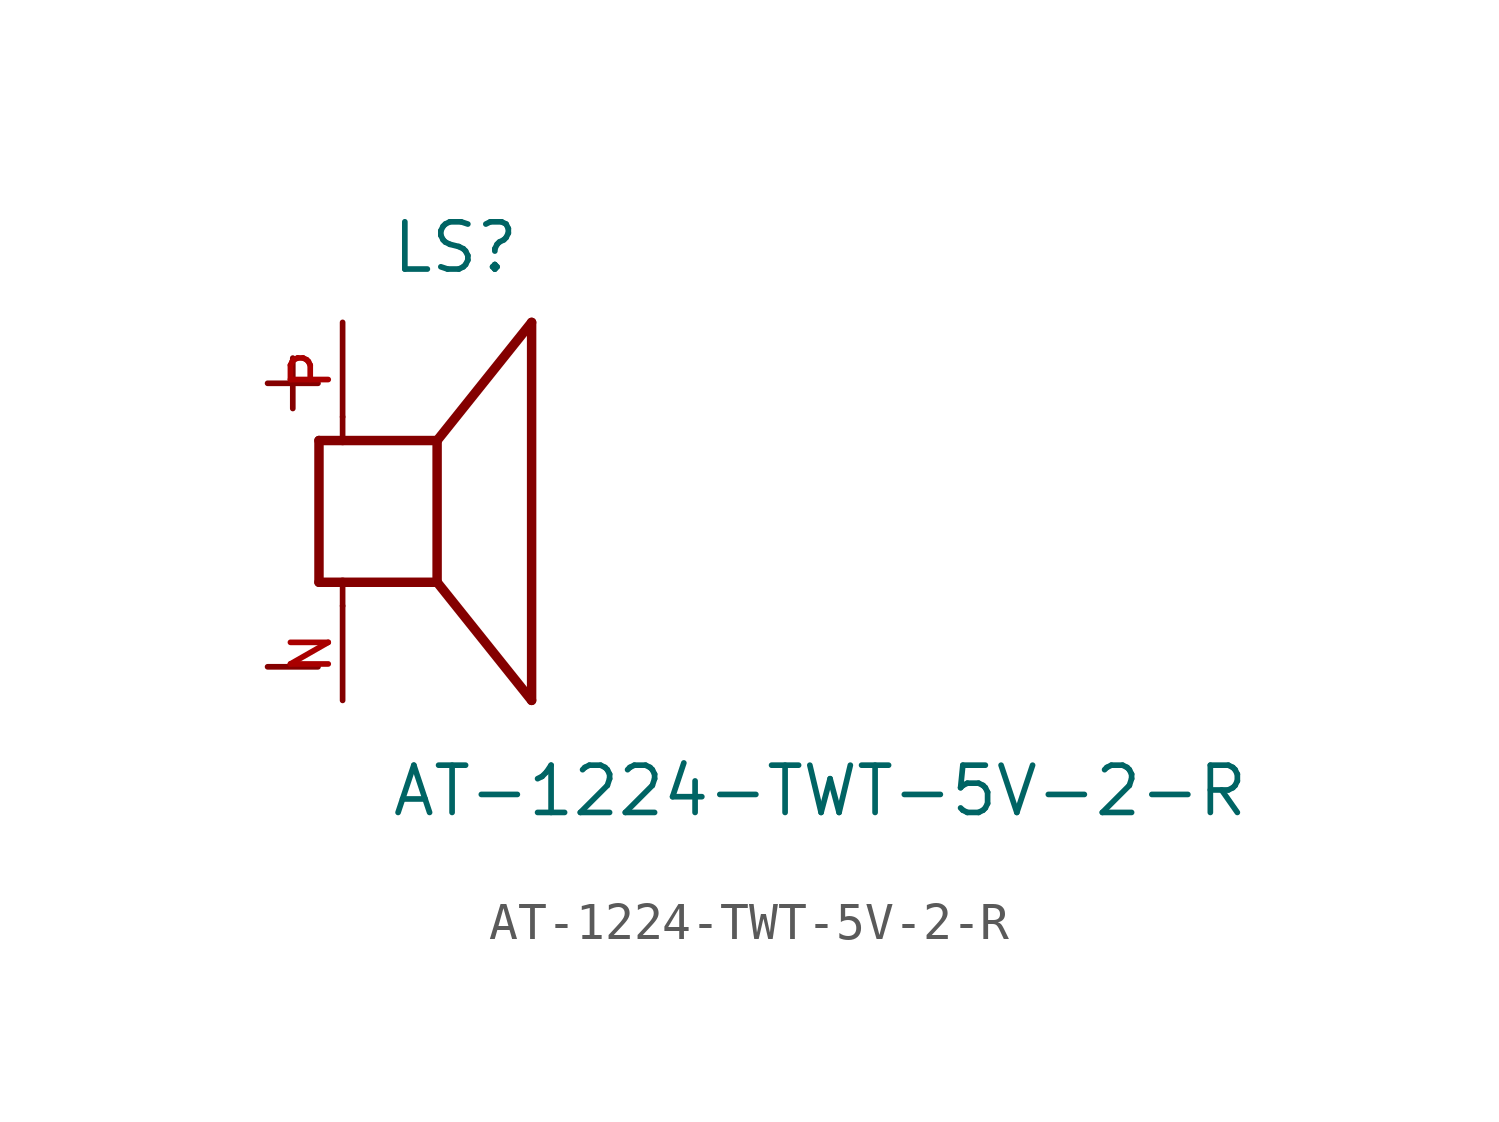
<source format=kicad_sym>
(kicad_symbol_lib
  (version 20231120)
  (generator "kicad_symbol_editor")
  (generator_version "8.0")
  (symbol "AT-1224-TWT-5V-2-R"
    (pin_names
      (offset 1.016))
    (property "Reference" "LS"
      (at -1.27 6.35 0)
      (effects (font (size 1.27 1.27)) (justify left bottom)))
    (property "Value" "AT-1224-TWT-5V-2-R"
      (at -1.27 -8.255 0)
      (effects (font (size 1.27 1.27)) (justify left bottom)))
    (symbol "AT-1224-TWT-5V-2-R_0_0"
      (polyline (pts (xy -3.175 -1.905) (xy -2.54 -1.905)) (stroke (width 0.254) (type default)) (fill (type none)))
      (polyline (pts (xy -3.175 1.905) (xy -3.175 -1.905)) (stroke (width 0.254) (type default)) (fill (type none)))
      (polyline (pts (xy -3.175 1.905) (xy -2.54 1.905)) (stroke (width 0.254) (type default)) (fill (type none)))
      (polyline (pts (xy -2.54 -2.54) (xy -2.54 -1.905)) (stroke (width 0.152) (type default)) (fill (type none)))
      (polyline (pts (xy -2.54 -1.905) (xy 0 -1.905)) (stroke (width 0.254) (type default)) (fill (type none)))
      (polyline (pts (xy -2.54 1.905) (xy 0 1.905)) (stroke (width 0.254) (type default)) (fill (type none)))
      (polyline (pts (xy -2.54 2.54) (xy -2.54 1.905)) (stroke (width 0.152) (type default)) (fill (type none)))
      (polyline (pts (xy 0 -1.905) (xy 0 1.905)) (stroke (width 0.254) (type default)) (fill (type none)))
      (polyline (pts (xy 0 -1.905) (xy 2.54 -5.08)) (stroke (width 0.254) (type default)) (fill (type none)))
      (polyline (pts (xy 0 1.905) (xy 2.54 5.08)) (stroke (width 0.254) (type default)) (fill (type none)))
      (polyline (pts (xy 2.54 -5.08) (xy 2.54 5.08)) (stroke (width 0.254) (type default)) (fill (type none)))
      (text "+" (at -5.08 2.54 0) (effects (font (size 1.778 1.778)) (justify left bottom)))
      (text "-" (at -5.08 -5.08 0) (effects (font (size 1.778 1.778)) (justify left bottom)))
      (pin passive line (at -2.54 -5.08 90) (length 2.54) (name "~" (effects (font (size 1.016 1.016)))) (number "N" (effects (font (size 1.016 1.016)))))
      (pin passive line (at -2.54 5.08 270) (length 2.54) (name "~" (effects (font (size 1.016 1.016)))) (number "P" (effects (font (size 1.016 1.016))))))))
</source>
